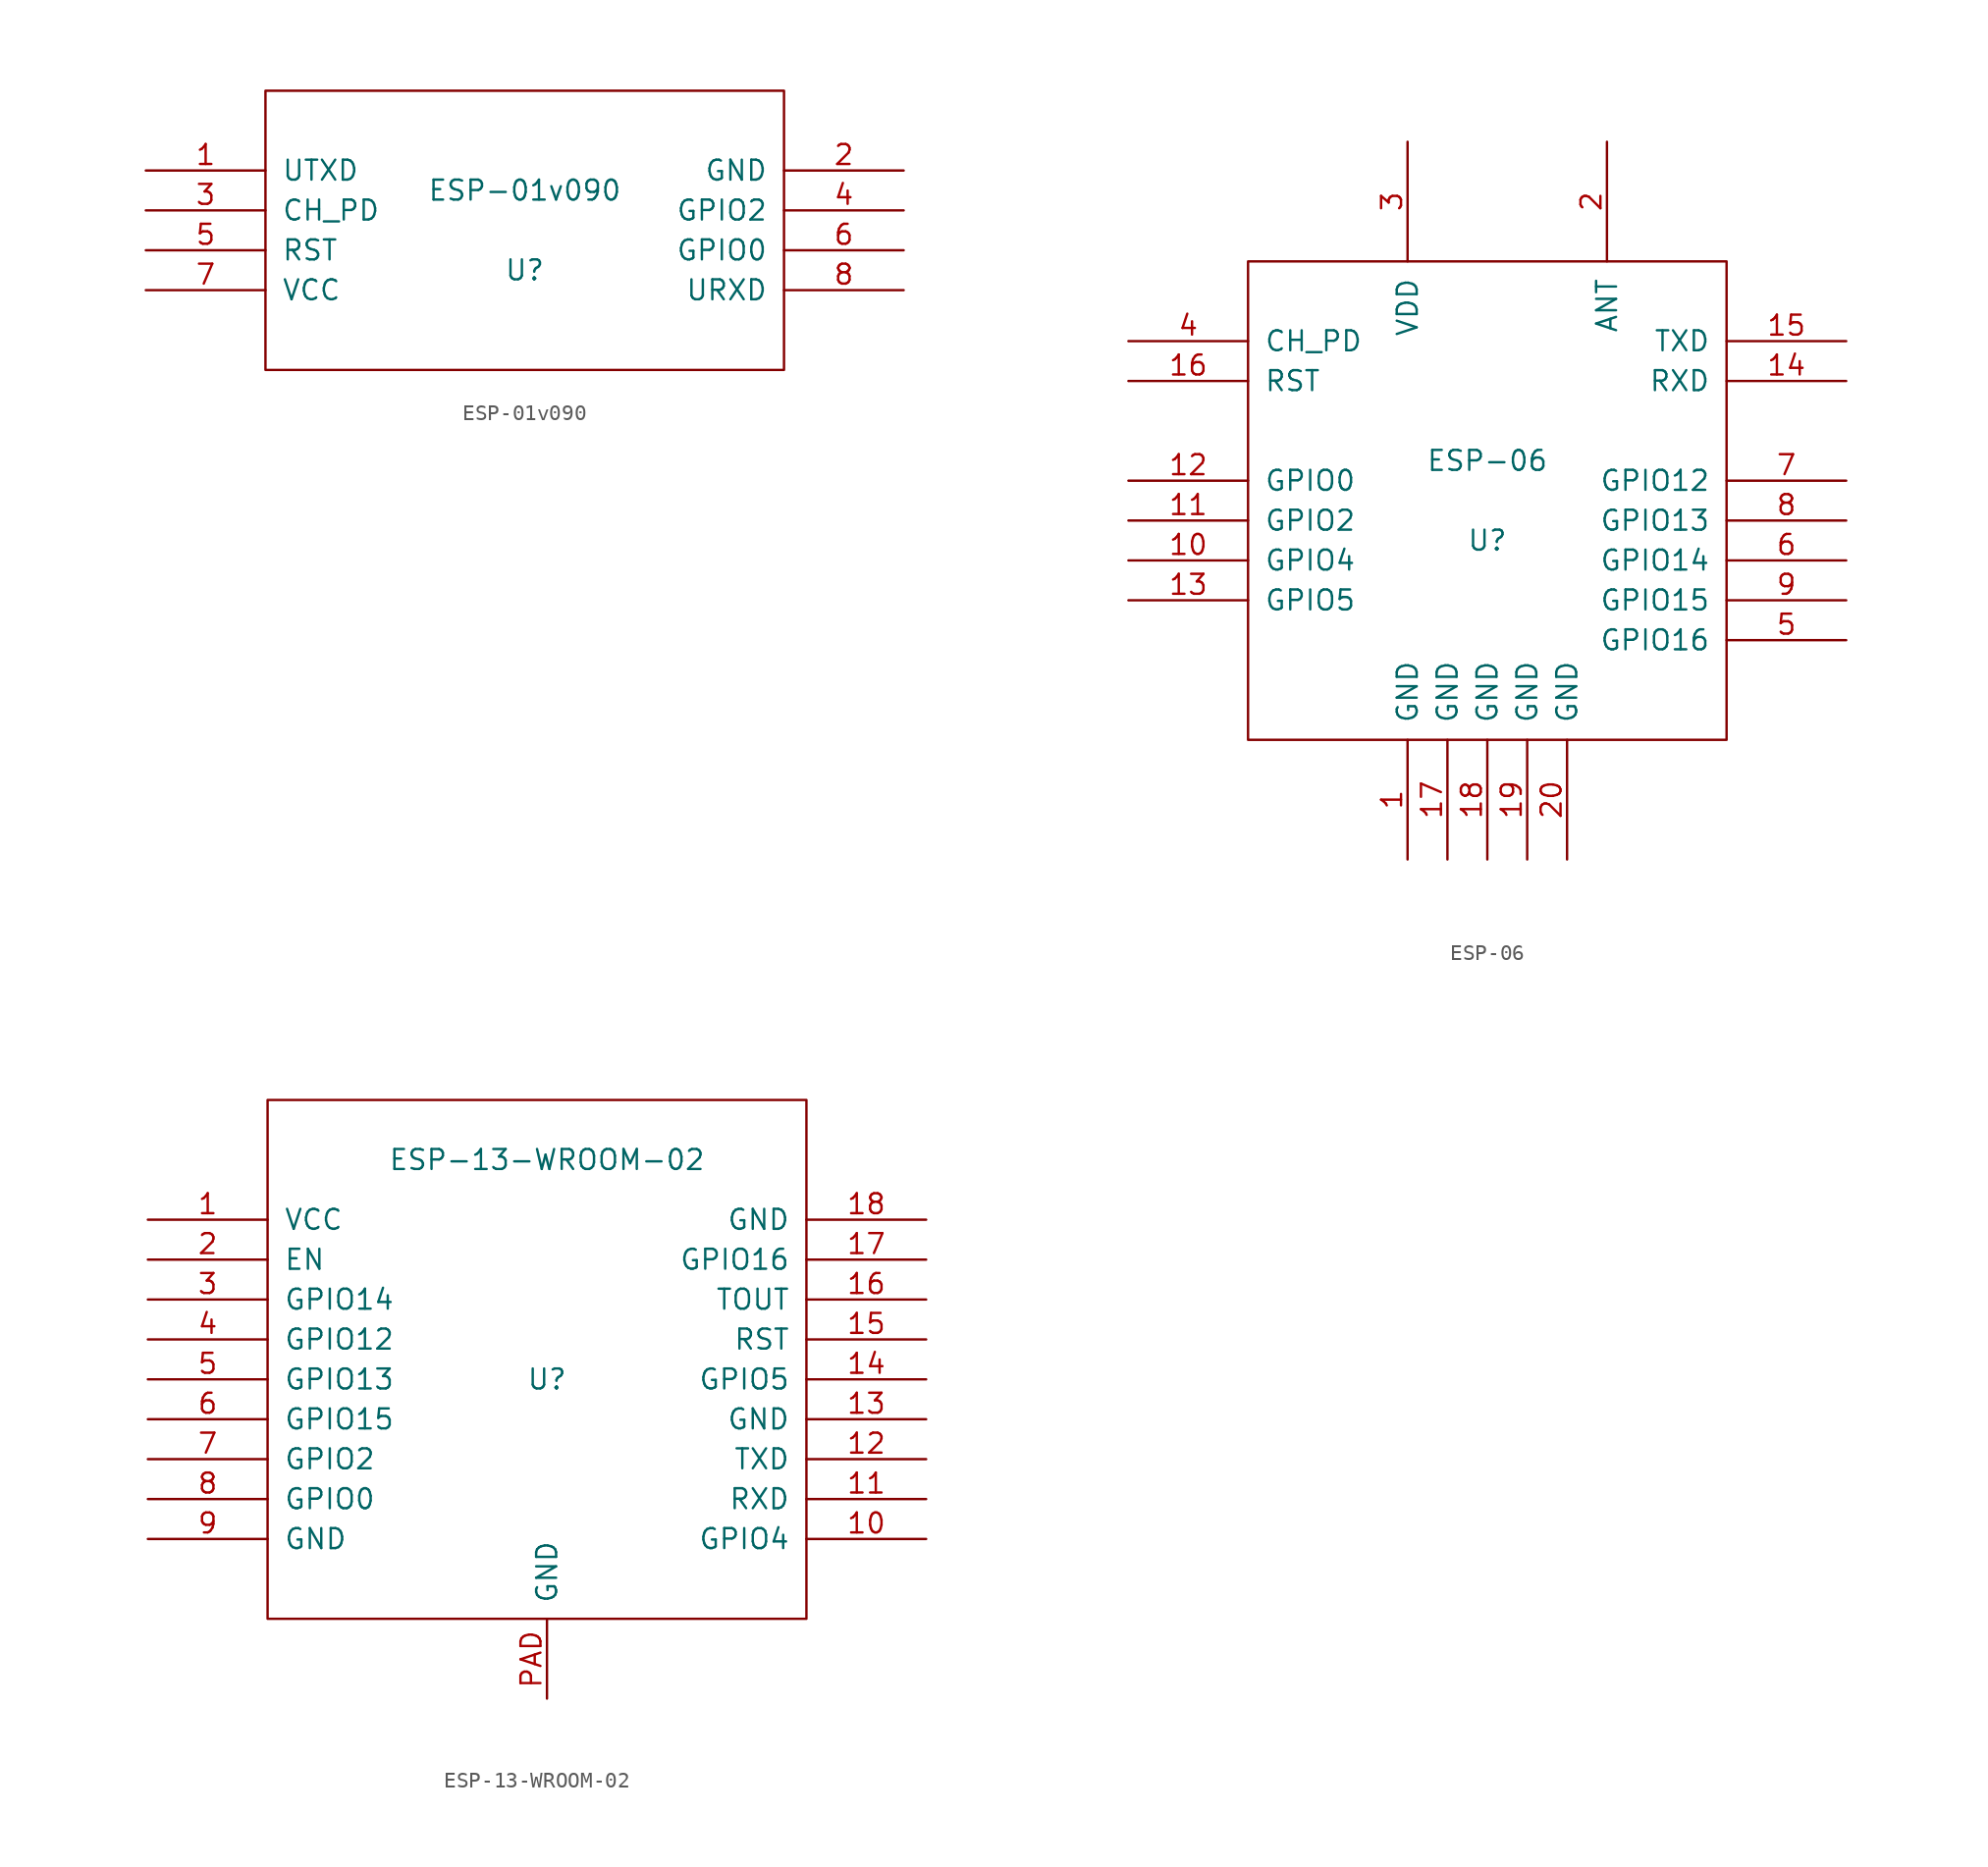
<source format=kicad_sym>
(kicad_symbol_lib
  (version 20211014)
  (generator kicad_symbol_editor)
  (symbol "ESP-01v090"
    (pin_names
      (offset 1.016))
    (property "Reference" "U"
      (at 0 -2.54 0)
      (effects (font (size 1.27 1.27))))
    (property "Value" "ESP-01v090"
      (at 0 2.54 0)
      (effects (font (size 1.27 1.27))))
    (symbol "ESP-01v090_1_0"
      (rectangle (start -16.51 -8.89) (end 16.51 8.89) (stroke (width 0) (type default) (color 0 0 0 0)) (fill (type none))))
    (symbol "ESP-01v090_1_1"
      (pin output line (at -24.13 3.81 0) (length 7.62) (name "UTXD" (effects (font (size 1.27 1.27)))) (number "1" (effects (font (size 1.27 1.27)))))
      (pin power_in line (at 24.13 3.81 180) (length 7.62) (name "GND" (effects (font (size 1.27 1.27)))) (number "2" (effects (font (size 1.27 1.27)))))
      (pin input line (at -24.13 1.27 0) (length 7.62) (name "CH_PD" (effects (font (size 1.27 1.27)))) (number "3" (effects (font (size 1.27 1.27)))))
      (pin tri_state line (at 24.13 1.27 180) (length 7.62) (name "GPIO2" (effects (font (size 1.27 1.27)))) (number "4" (effects (font (size 1.27 1.27)))))
      (pin input line (at -24.13 -1.27 0) (length 7.62) (name "RST" (effects (font (size 1.27 1.27)))) (number "5" (effects (font (size 1.27 1.27)))))
      (pin tri_state line (at 24.13 -1.27 180) (length 7.62) (name "GPIO0" (effects (font (size 1.27 1.27)))) (number "6" (effects (font (size 1.27 1.27)))))
      (pin power_in line (at -24.13 -3.81 0) (length 7.62) (name "VCC" (effects (font (size 1.27 1.27)))) (number "7" (effects (font (size 1.27 1.27)))))
      (pin input line (at 24.13 -3.81 180) (length 7.62) (name "URXD" (effects (font (size 1.27 1.27)))) (number "8" (effects (font (size 1.27 1.27)))))))
  (symbol "ESP-06"
    (pin_names
      (offset 1.016))
    (property "Reference" "U"
      (at 0 -2.54 0)
      (effects (font (size 1.27 1.27))))
    (property "Value" "ESP-06"
      (at 0 2.54 0)
      (effects (font (size 1.27 1.27))))
    (symbol "ESP-06_1_0"
      (rectangle (start -15.24 -15.24) (end 15.24 15.24) (stroke (width 0) (type default) (color 0 0 0 0)) (fill (type none))))
    (symbol "ESP-06_1_1"
      (pin power_in line (at -5.08 -22.86 90) (length 7.62) (name "GND" (effects (font (size 1.27 1.27)))) (number "1" (effects (font (size 1.27 1.27)))))
      (pin bidirectional line (at -22.86 -3.81 0) (length 7.62) (name "GPIO4" (effects (font (size 1.27 1.27)))) (number "10" (effects (font (size 1.27 1.27)))))
      (pin bidirectional line (at -22.86 -1.27 0) (length 7.62) (name "GPIO2" (effects (font (size 1.27 1.27)))) (number "11" (effects (font (size 1.27 1.27)))))
      (pin bidirectional line (at -22.86 1.27 0) (length 7.62) (name "GPIO0" (effects (font (size 1.27 1.27)))) (number "12" (effects (font (size 1.27 1.27)))))
      (pin bidirectional line (at -22.86 -6.35 0) (length 7.62) (name "GPIO5" (effects (font (size 1.27 1.27)))) (number "13" (effects (font (size 1.27 1.27)))))
      (pin input line (at 22.86 7.62 180) (length 7.62) (name "RXD" (effects (font (size 1.27 1.27)))) (number "14" (effects (font (size 1.27 1.27)))))
      (pin output line (at 22.86 10.16 180) (length 7.62) (name "TXD" (effects (font (size 1.27 1.27)))) (number "15" (effects (font (size 1.27 1.27)))))
      (pin input line (at -22.86 7.62 0) (length 7.62) (name "RST" (effects (font (size 1.27 1.27)))) (number "16" (effects (font (size 1.27 1.27)))))
      (pin power_in line (at -2.54 -22.86 90) (length 7.62) (name "GND" (effects (font (size 1.27 1.27)))) (number "17" (effects (font (size 1.27 1.27)))))
      (pin power_in line (at 0 -22.86 90) (length 7.62) (name "GND" (effects (font (size 1.27 1.27)))) (number "18" (effects (font (size 1.27 1.27)))))
      (pin power_in line (at 2.54 -22.86 90) (length 7.62) (name "GND" (effects (font (size 1.27 1.27)))) (number "19" (effects (font (size 1.27 1.27)))))
      (pin unspecified line (at 7.62 22.86 270) (length 7.62) (name "ANT" (effects (font (size 1.27 1.27)))) (number "2" (effects (font (size 1.27 1.27)))))
      (pin power_in line (at 5.08 -22.86 90) (length 7.62) (name "GND" (effects (font (size 1.27 1.27)))) (number "20" (effects (font (size 1.27 1.27)))))
      (pin power_in line (at -5.08 22.86 270) (length 7.62) (name "VDD" (effects (font (size 1.27 1.27)))) (number "3" (effects (font (size 1.27 1.27)))))
      (pin input line (at -22.86 10.16 0) (length 7.62) (name "CH_PD" (effects (font (size 1.27 1.27)))) (number "4" (effects (font (size 1.27 1.27)))))
      (pin bidirectional line (at 22.86 -8.89 180) (length 7.62) (name "GPIO16" (effects (font (size 1.27 1.27)))) (number "5" (effects (font (size 1.27 1.27)))))
      (pin bidirectional line (at 22.86 -3.81 180) (length 7.62) (name "GPIO14" (effects (font (size 1.27 1.27)))) (number "6" (effects (font (size 1.27 1.27)))))
      (pin bidirectional line (at 22.86 1.27 180) (length 7.62) (name "GPIO12" (effects (font (size 1.27 1.27)))) (number "7" (effects (font (size 1.27 1.27)))))
      (pin bidirectional line (at 22.86 -1.27 180) (length 7.62) (name "GPIO13" (effects (font (size 1.27 1.27)))) (number "8" (effects (font (size 1.27 1.27)))))
      (pin bidirectional line (at 22.86 -6.35 180) (length 7.62) (name "GPIO15" (effects (font (size 1.27 1.27)))) (number "9" (effects (font (size 1.27 1.27)))))))
  (symbol "ESP-13-WROOM-02"
    (pin_names
      (offset 1.016))
    (property "Reference" "U"
      (at 0 -2.54 0)
      (effects (font (size 1.27 1.27))))
    (property "Value" "ESP-13-WROOM-02"
      (at 0 11.43 0)
      (effects (font (size 1.27 1.27))))
    (symbol "ESP-13-WROOM-02_1_0"
      (rectangle (start -17.78 -17.78) (end 16.51 15.24) (stroke (width 0) (type default) (color 0 0 0 0)) (fill (type none))))
    (symbol "ESP-13-WROOM-02_1_1"
      (pin input line (at -25.4 7.62 0) (length 7.62) (name "VCC" (effects (font (size 1.27 1.27)))) (number "1" (effects (font (size 1.27 1.27)))))
      (pin bidirectional line (at 24.13 -12.7 180) (length 7.62) (name "GPIO4" (effects (font (size 1.27 1.27)))) (number "10" (effects (font (size 1.27 1.27)))))
      (pin bidirectional line (at 24.13 -10.16 180) (length 7.62) (name "RXD" (effects (font (size 1.27 1.27)))) (number "11" (effects (font (size 1.27 1.27)))))
      (pin bidirectional line (at 24.13 -7.62 180) (length 7.62) (name "TXD" (effects (font (size 1.27 1.27)))) (number "12" (effects (font (size 1.27 1.27)))))
      (pin power_in line (at 24.13 -5.08 180) (length 7.62) (name "GND" (effects (font (size 1.27 1.27)))) (number "13" (effects (font (size 1.27 1.27)))))
      (pin bidirectional line (at 24.13 -2.54 180) (length 7.62) (name "GPIO5" (effects (font (size 1.27 1.27)))) (number "14" (effects (font (size 1.27 1.27)))))
      (pin input line (at 24.13 0 180) (length 7.62) (name "RST" (effects (font (size 1.27 1.27)))) (number "15" (effects (font (size 1.27 1.27)))))
      (pin output line (at 24.13 2.54 180) (length 7.62) (name "TOUT" (effects (font (size 1.27 1.27)))) (number "16" (effects (font (size 1.27 1.27)))))
      (pin bidirectional line (at 24.13 5.08 180) (length 7.62) (name "GPIO16" (effects (font (size 1.27 1.27)))) (number "17" (effects (font (size 1.27 1.27)))))
      (pin power_in line (at 24.13 7.62 180) (length 7.62) (name "GND" (effects (font (size 1.27 1.27)))) (number "18" (effects (font (size 1.27 1.27)))))
      (pin passive line (at -25.4 5.08 0) (length 7.62) (name "EN" (effects (font (size 1.27 1.27)))) (number "2" (effects (font (size 1.27 1.27)))))
      (pin input line (at -25.4 2.54 0) (length 7.62) (name "GPIO14" (effects (font (size 1.27 1.27)))) (number "3" (effects (font (size 1.27 1.27)))))
      (pin bidirectional line (at -25.4 0 0) (length 7.62) (name "GPIO12" (effects (font (size 1.27 1.27)))) (number "4" (effects (font (size 1.27 1.27)))))
      (pin bidirectional line (at -25.4 -2.54 0) (length 7.62) (name "GPIO13" (effects (font (size 1.27 1.27)))) (number "5" (effects (font (size 1.27 1.27)))))
      (pin bidirectional line (at -25.4 -5.08 0) (length 7.62) (name "GPIO15" (effects (font (size 1.27 1.27)))) (number "6" (effects (font (size 1.27 1.27)))))
      (pin bidirectional line (at -25.4 -7.62 0) (length 7.62) (name "GPIO2" (effects (font (size 1.27 1.27)))) (number "7" (effects (font (size 1.27 1.27)))))
      (pin bidirectional line (at -25.4 -10.16 0) (length 7.62) (name "GPIO0" (effects (font (size 1.27 1.27)))) (number "8" (effects (font (size 1.27 1.27)))))
      (pin power_in line (at -25.4 -12.7 0) (length 7.62) (name "GND" (effects (font (size 1.27 1.27)))) (number "9" (effects (font (size 1.27 1.27)))))
      (pin power_in line (at 0 -22.86 90) (length 5.004) (name "GND" (effects (font (size 1.27 1.27)))) (number "PAD" (effects (font (size 1.27 1.27))))))))
</source>
